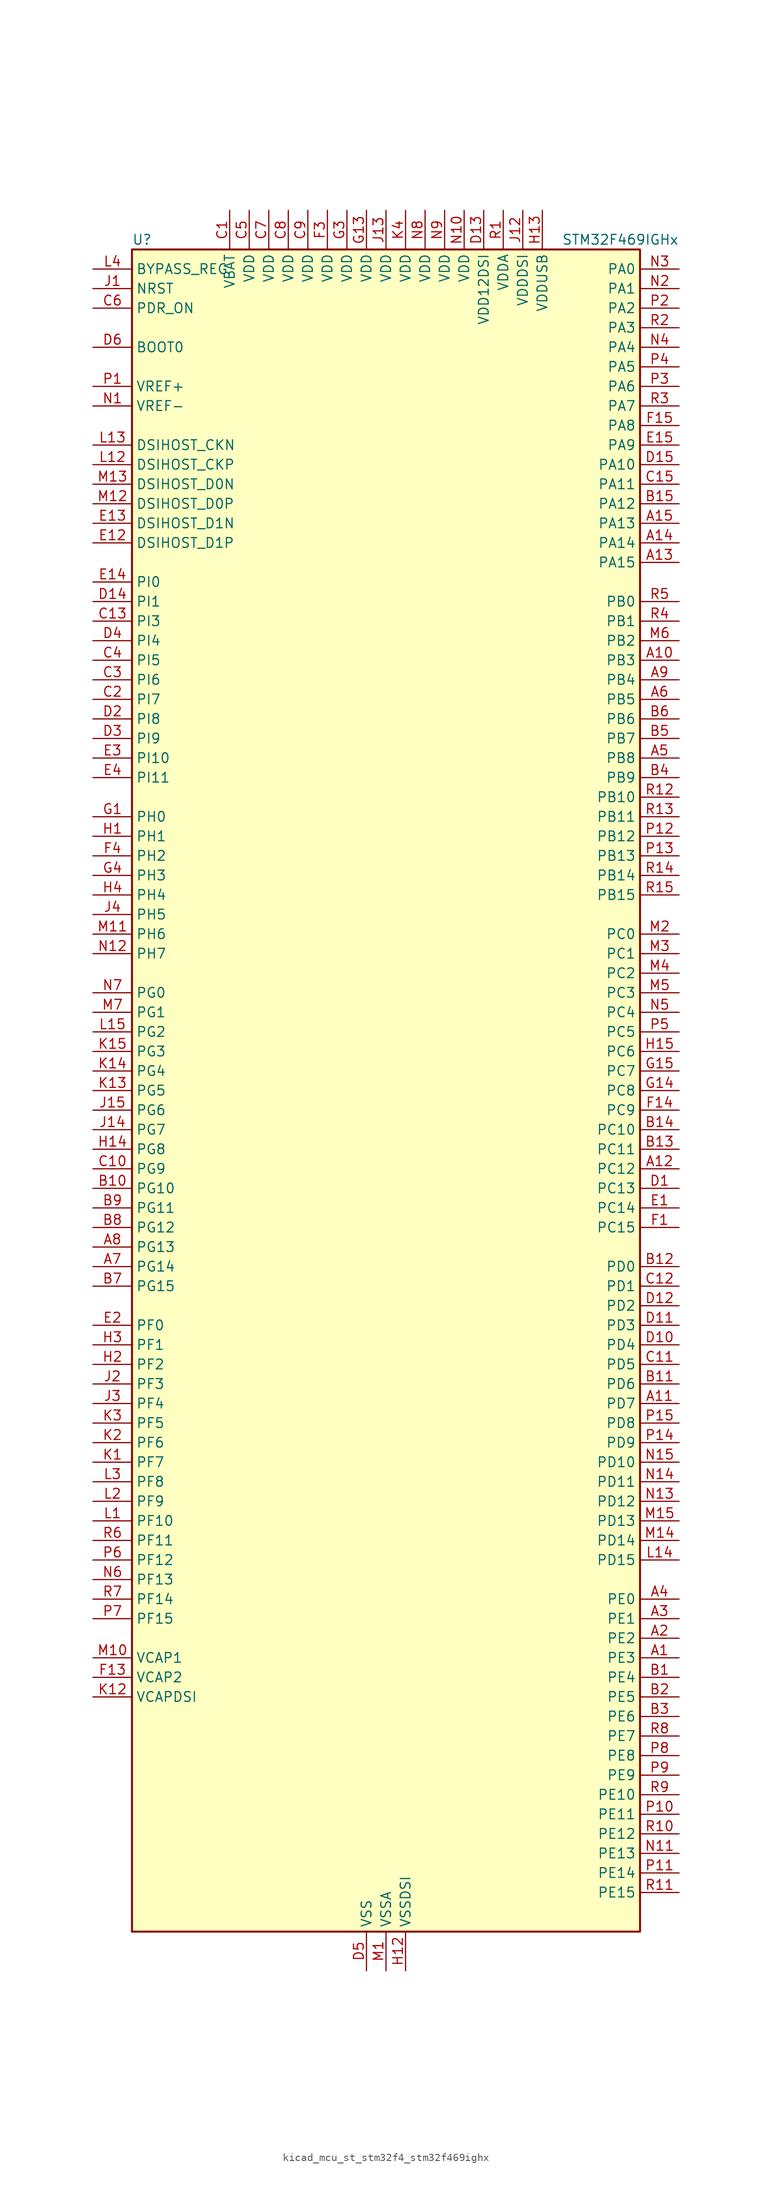
<source format=kicad_sym>
(kicad_symbol_lib
  (version 20220914)
  (generator kicad_symbol_editor)
  (symbol "kicad_mcu_st_stm32f4_stm32f469ighx"
    (property "Reference" "U"
      (at -33.02 110.49 0)
      (effects (font (size 1.27 1.27)) (justify left)))
    (property "Value" "STM32F469IGHx"
      (at 22.86 110.49 0)
      (effects (font (size 1.27 1.27)) (justify left)))
    (property "ki_locked" ""
      (at 0 0 0)
      (effects (font (size 1.27 1.27))))
    (symbol "kicad_mcu_st_stm32f4_stm32f469ighx_0_1"
      (rectangle (start -33.02 -109.22) (end 33.02 109.22) (stroke (width 0.254) (type default)) (fill (type background))))
    (symbol "kicad_mcu_st_stm32f4_stm32f469ighx_1_1"
      (pin bidirectional line (at 38.1 -73.66 180) (length 5.08) (name "PE3" (effects (font (size 1.27 1.27)))) (number "A1" (effects (font (size 1.27 1.27)))) (alternate "FMC_A19" bidirectional line) (alternate "SAI1_SD_B" bidirectional line) (alternate "SYS_TRACED0" bidirectional line))
      (pin bidirectional line (at 38.1 55.88 180) (length 5.08) (name "PB3" (effects (font (size 1.27 1.27)))) (number "A10" (effects (font (size 1.27 1.27)))) (alternate "I2S3_CK" bidirectional line) (alternate "SPI1_SCK" bidirectional line) (alternate "SPI3_SCK" bidirectional line) (alternate "SYS_JTDO-SWO" bidirectional line) (alternate "TIM2_CH2" bidirectional line))
      (pin bidirectional line (at 38.1 -40.64 180) (length 5.08) (name "PD7" (effects (font (size 1.27 1.27)))) (number "A11" (effects (font (size 1.27 1.27)))) (alternate "FMC_NE1" bidirectional line) (alternate "USART2_CK" bidirectional line))
      (pin bidirectional line (at 38.1 -10.16 180) (length 5.08) (name "PC12" (effects (font (size 1.27 1.27)))) (number "A12" (effects (font (size 1.27 1.27)))) (alternate "DCMI_D9" bidirectional line) (alternate "I2S3_SD" bidirectional line) (alternate "SDIO_CK" bidirectional line) (alternate "SPI3_MOSI" bidirectional line) (alternate "SYS_TRACED3" bidirectional line) (alternate "UART5_TX" bidirectional line) (alternate "USART3_CK" bidirectional line))
      (pin bidirectional line (at 38.1 68.58 180) (length 5.08) (name "PA15" (effects (font (size 1.27 1.27)))) (number "A13" (effects (font (size 1.27 1.27)))) (alternate "ADC1_EXTI15" bidirectional line) (alternate "ADC2_EXTI15" bidirectional line) (alternate "ADC3_EXTI15" bidirectional line) (alternate "I2S3_WS" bidirectional line) (alternate "SPI1_NSS" bidirectional line) (alternate "SPI3_NSS" bidirectional line) (alternate "SYS_JTDI" bidirectional line) (alternate "TIM2_CH1" bidirectional line) (alternate "TIM2_ETR" bidirectional line))
      (pin bidirectional line (at 38.1 71.12 180) (length 5.08) (name "PA14" (effects (font (size 1.27 1.27)))) (number "A14" (effects (font (size 1.27 1.27)))) (alternate "SYS_JTCK-SWCLK" bidirectional line))
      (pin bidirectional line (at 38.1 73.66 180) (length 5.08) (name "PA13" (effects (font (size 1.27 1.27)))) (number "A15" (effects (font (size 1.27 1.27)))) (alternate "SYS_JTMS-SWDIO" bidirectional line))
      (pin bidirectional line (at 38.1 -71.12 180) (length 5.08) (name "PE2" (effects (font (size 1.27 1.27)))) (number "A2" (effects (font (size 1.27 1.27)))) (alternate "ETH_TXD3" bidirectional line) (alternate "FMC_A23" bidirectional line) (alternate "QUADSPI_BK1_IO2" bidirectional line) (alternate "SAI1_MCLK_A" bidirectional line) (alternate "SPI4_SCK" bidirectional line) (alternate "SYS_TRACECLK" bidirectional line))
      (pin bidirectional line (at 38.1 -68.58 180) (length 5.08) (name "PE1" (effects (font (size 1.27 1.27)))) (number "A3" (effects (font (size 1.27 1.27)))) (alternate "DCMI_D3" bidirectional line) (alternate "FMC_NBL1" bidirectional line) (alternate "UART8_TX" bidirectional line))
      (pin bidirectional line (at 38.1 -66.04 180) (length 5.08) (name "PE0" (effects (font (size 1.27 1.27)))) (number "A4" (effects (font (size 1.27 1.27)))) (alternate "DCMI_D2" bidirectional line) (alternate "FMC_NBL0" bidirectional line) (alternate "TIM4_ETR" bidirectional line) (alternate "UART8_RX" bidirectional line))
      (pin bidirectional line (at 38.1 43.18 180) (length 5.08) (name "PB8" (effects (font (size 1.27 1.27)))) (number "A5" (effects (font (size 1.27 1.27)))) (alternate "CAN1_RX" bidirectional line) (alternate "DCMI_D6" bidirectional line) (alternate "ETH_TXD3" bidirectional line) (alternate "I2C1_SCL" bidirectional line) (alternate "LTDC_B6" bidirectional line) (alternate "SDIO_D4" bidirectional line) (alternate "TIM10_CH1" bidirectional line) (alternate "TIM4_CH3" bidirectional line))
      (pin bidirectional line (at 38.1 50.8 180) (length 5.08) (name "PB5" (effects (font (size 1.27 1.27)))) (number "A6" (effects (font (size 1.27 1.27)))) (alternate "CAN2_RX" bidirectional line) (alternate "DCMI_D10" bidirectional line) (alternate "ETH_PPS_OUT" bidirectional line) (alternate "FMC_SDCKE1" bidirectional line) (alternate "I2C1_SMBA" bidirectional line) (alternate "I2S3_SD" bidirectional line) (alternate "LTDC_G7" bidirectional line) (alternate "SPI1_MOSI" bidirectional line) (alternate "SPI3_MOSI" bidirectional line) (alternate "TIM3_CH2" bidirectional line) (alternate "USB_OTG_HS_ULPI_D7" bidirectional line))
      (pin bidirectional line (at -38.1 -22.86 0) (length 5.08) (name "PG14" (effects (font (size 1.27 1.27)))) (number "A7" (effects (font (size 1.27 1.27)))) (alternate "ETH_TXD1" bidirectional line) (alternate "FMC_A25" bidirectional line) (alternate "LTDC_B0" bidirectional line) (alternate "QUADSPI_BK2_IO3" bidirectional line) (alternate "SPI6_MOSI" bidirectional line) (alternate "SYS_TRACED1" bidirectional line) (alternate "USART6_TX" bidirectional line))
      (pin bidirectional line (at -38.1 -20.32 0) (length 5.08) (name "PG13" (effects (font (size 1.27 1.27)))) (number "A8" (effects (font (size 1.27 1.27)))) (alternate "ETH_TXD0" bidirectional line) (alternate "FMC_A24" bidirectional line) (alternate "LTDC_R0" bidirectional line) (alternate "SPI6_SCK" bidirectional line) (alternate "SYS_TRACED0" bidirectional line) (alternate "USART6_CTS" bidirectional line))
      (pin bidirectional line (at 38.1 53.34 180) (length 5.08) (name "PB4" (effects (font (size 1.27 1.27)))) (number "A9" (effects (font (size 1.27 1.27)))) (alternate "I2S3_ext_SD" bidirectional line) (alternate "SPI1_MISO" bidirectional line) (alternate "SPI3_MISO" bidirectional line) (alternate "SYS_JTRST" bidirectional line) (alternate "TIM3_CH1" bidirectional line))
      (pin bidirectional line (at 38.1 -76.2 180) (length 5.08) (name "PE4" (effects (font (size 1.27 1.27)))) (number "B1" (effects (font (size 1.27 1.27)))) (alternate "DCMI_D4" bidirectional line) (alternate "FMC_A20" bidirectional line) (alternate "LTDC_B0" bidirectional line) (alternate "SAI1_FS_A" bidirectional line) (alternate "SPI4_NSS" bidirectional line) (alternate "SYS_TRACED1" bidirectional line))
      (pin bidirectional line (at -38.1 -12.7 0) (length 5.08) (name "PG10" (effects (font (size 1.27 1.27)))) (number "B10" (effects (font (size 1.27 1.27)))) (alternate "DCMI_D2" bidirectional line) (alternate "FMC_NE3" bidirectional line) (alternate "LTDC_B2" bidirectional line) (alternate "LTDC_G3" bidirectional line))
      (pin bidirectional line (at 38.1 -38.1 180) (length 5.08) (name "PD6" (effects (font (size 1.27 1.27)))) (number "B11" (effects (font (size 1.27 1.27)))) (alternate "DCMI_D10" bidirectional line) (alternate "FMC_NWAIT" bidirectional line) (alternate "I2S3_SD" bidirectional line) (alternate "LTDC_B2" bidirectional line) (alternate "SAI1_SD_A" bidirectional line) (alternate "SPI3_MOSI" bidirectional line) (alternate "USART2_RX" bidirectional line))
      (pin bidirectional line (at 38.1 -22.86 180) (length 5.08) (name "PD0" (effects (font (size 1.27 1.27)))) (number "B12" (effects (font (size 1.27 1.27)))) (alternate "CAN1_RX" bidirectional line) (alternate "FMC_D2" bidirectional line) (alternate "FMC_DA2" bidirectional line))
      (pin bidirectional line (at 38.1 -7.62 180) (length 5.08) (name "PC11" (effects (font (size 1.27 1.27)))) (number "B13" (effects (font (size 1.27 1.27)))) (alternate "ADC1_EXTI11" bidirectional line) (alternate "ADC2_EXTI11" bidirectional line) (alternate "ADC3_EXTI11" bidirectional line) (alternate "DCMI_D4" bidirectional line) (alternate "I2S3_ext_SD" bidirectional line) (alternate "QUADSPI_BK2_NCS" bidirectional line) (alternate "SDIO_D3" bidirectional line) (alternate "SPI3_MISO" bidirectional line) (alternate "UART4_RX" bidirectional line) (alternate "USART3_RX" bidirectional line))
      (pin bidirectional line (at 38.1 -5.08 180) (length 5.08) (name "PC10" (effects (font (size 1.27 1.27)))) (number "B14" (effects (font (size 1.27 1.27)))) (alternate "DCMI_D8" bidirectional line) (alternate "I2S3_CK" bidirectional line) (alternate "LTDC_R2" bidirectional line) (alternate "QUADSPI_BK1_IO1" bidirectional line) (alternate "SDIO_D2" bidirectional line) (alternate "SPI3_SCK" bidirectional line) (alternate "UART4_TX" bidirectional line) (alternate "USART3_TX" bidirectional line))
      (pin bidirectional line (at 38.1 76.2 180) (length 5.08) (name "PA12" (effects (font (size 1.27 1.27)))) (number "B15" (effects (font (size 1.27 1.27)))) (alternate "CAN1_TX" bidirectional line) (alternate "LTDC_R5" bidirectional line) (alternate "TIM1_ETR" bidirectional line) (alternate "USART1_RTS" bidirectional line) (alternate "USB_OTG_FS_DP" bidirectional line))
      (pin bidirectional line (at 38.1 -78.74 180) (length 5.08) (name "PE5" (effects (font (size 1.27 1.27)))) (number "B2" (effects (font (size 1.27 1.27)))) (alternate "DCMI_D6" bidirectional line) (alternate "FMC_A21" bidirectional line) (alternate "LTDC_G0" bidirectional line) (alternate "SAI1_SCK_A" bidirectional line) (alternate "SPI4_MISO" bidirectional line) (alternate "SYS_TRACED2" bidirectional line) (alternate "TIM9_CH1" bidirectional line))
      (pin bidirectional line (at 38.1 -81.28 180) (length 5.08) (name "PE6" (effects (font (size 1.27 1.27)))) (number "B3" (effects (font (size 1.27 1.27)))) (alternate "DCMI_D7" bidirectional line) (alternate "FMC_A22" bidirectional line) (alternate "LTDC_G1" bidirectional line) (alternate "SAI1_SD_A" bidirectional line) (alternate "SPI4_MOSI" bidirectional line) (alternate "SYS_TRACED3" bidirectional line) (alternate "TIM9_CH2" bidirectional line))
      (pin bidirectional line (at 38.1 40.64 180) (length 5.08) (name "PB9" (effects (font (size 1.27 1.27)))) (number "B4" (effects (font (size 1.27 1.27)))) (alternate "CAN1_TX" bidirectional line) (alternate "DAC_EXTI9" bidirectional line) (alternate "DCMI_D7" bidirectional line) (alternate "I2C1_SDA" bidirectional line) (alternate "I2S2_WS" bidirectional line) (alternate "LTDC_B7" bidirectional line) (alternate "SDIO_D5" bidirectional line) (alternate "SPI2_NSS" bidirectional line) (alternate "TIM11_CH1" bidirectional line) (alternate "TIM4_CH4" bidirectional line))
      (pin bidirectional line (at 38.1 45.72 180) (length 5.08) (name "PB7" (effects (font (size 1.27 1.27)))) (number "B5" (effects (font (size 1.27 1.27)))) (alternate "DCMI_VSYNC" bidirectional line) (alternate "FMC_NL" bidirectional line) (alternate "I2C1_SDA" bidirectional line) (alternate "TIM4_CH2" bidirectional line) (alternate "USART1_RX" bidirectional line))
      (pin bidirectional line (at 38.1 48.26 180) (length 5.08) (name "PB6" (effects (font (size 1.27 1.27)))) (number "B6" (effects (font (size 1.27 1.27)))) (alternate "CAN2_TX" bidirectional line) (alternate "DCMI_D5" bidirectional line) (alternate "FMC_SDNE1" bidirectional line) (alternate "I2C1_SCL" bidirectional line) (alternate "QUADSPI_BK1_NCS" bidirectional line) (alternate "TIM4_CH1" bidirectional line) (alternate "USART1_TX" bidirectional line))
      (pin bidirectional line (at -38.1 -25.4 0) (length 5.08) (name "PG15" (effects (font (size 1.27 1.27)))) (number "B7" (effects (font (size 1.27 1.27)))) (alternate "ADC1_EXTI15" bidirectional line) (alternate "ADC2_EXTI15" bidirectional line) (alternate "ADC3_EXTI15" bidirectional line) (alternate "DCMI_D13" bidirectional line) (alternate "FMC_SDNCAS" bidirectional line) (alternate "USART6_CTS" bidirectional line))
      (pin bidirectional line (at -38.1 -17.78 0) (length 5.08) (name "PG12" (effects (font (size 1.27 1.27)))) (number "B8" (effects (font (size 1.27 1.27)))) (alternate "FMC_NE4" bidirectional line) (alternate "LTDC_B1" bidirectional line) (alternate "LTDC_B4" bidirectional line) (alternate "SPI6_MISO" bidirectional line) (alternate "USART6_RTS" bidirectional line))
      (pin bidirectional line (at -38.1 -15.24 0) (length 5.08) (name "PG11" (effects (font (size 1.27 1.27)))) (number "B9" (effects (font (size 1.27 1.27)))) (alternate "ADC1_EXTI11" bidirectional line) (alternate "ADC2_EXTI11" bidirectional line) (alternate "ADC3_EXTI11" bidirectional line) (alternate "DCMI_D3" bidirectional line) (alternate "ETH_TX_EN" bidirectional line) (alternate "LTDC_B3" bidirectional line))
      (pin power_in line (at -20.32 114.3 270) (length 5.08) (name "VBAT" (effects (font (size 1.27 1.27)))) (number "C1" (effects (font (size 1.27 1.27)))))
      (pin bidirectional line (at -38.1 -10.16 0) (length 5.08) (name "PG9" (effects (font (size 1.27 1.27)))) (number "C10" (effects (font (size 1.27 1.27)))) (alternate "DAC_EXTI9" bidirectional line) (alternate "DCMI_VSYNC" bidirectional line) (alternate "FMC_NCE" bidirectional line) (alternate "FMC_NE2" bidirectional line) (alternate "QUADSPI_BK2_IO2" bidirectional line) (alternate "USART6_RX" bidirectional line))
      (pin bidirectional line (at 38.1 -35.56 180) (length 5.08) (name "PD5" (effects (font (size 1.27 1.27)))) (number "C11" (effects (font (size 1.27 1.27)))) (alternate "FMC_NWE" bidirectional line) (alternate "USART2_TX" bidirectional line))
      (pin bidirectional line (at 38.1 -25.4 180) (length 5.08) (name "PD1" (effects (font (size 1.27 1.27)))) (number "C12" (effects (font (size 1.27 1.27)))) (alternate "CAN1_TX" bidirectional line) (alternate "FMC_D3" bidirectional line) (alternate "FMC_DA3" bidirectional line))
      (pin bidirectional line (at -38.1 60.96 0) (length 5.08) (name "PI3" (effects (font (size 1.27 1.27)))) (number "C13" (effects (font (size 1.27 1.27)))) (alternate "DCMI_D10" bidirectional line) (alternate "FMC_D27" bidirectional line) (alternate "I2S2_SD" bidirectional line) (alternate "SPI2_MOSI" bidirectional line) (alternate "TIM8_ETR" bidirectional line))
      (pin no_connect line (at -33.02 -109.22 0) (length 5.08) hide (name "NC" (effects (font (size 1.27 1.27)))) (number "C14" (effects (font (size 1.27 1.27)))))
      (pin bidirectional line (at 38.1 78.74 180) (length 5.08) (name "PA11" (effects (font (size 1.27 1.27)))) (number "C15" (effects (font (size 1.27 1.27)))) (alternate "ADC1_EXTI11" bidirectional line) (alternate "ADC2_EXTI11" bidirectional line) (alternate "ADC3_EXTI11" bidirectional line) (alternate "CAN1_RX" bidirectional line) (alternate "LTDC_R4" bidirectional line) (alternate "TIM1_CH4" bidirectional line) (alternate "USART1_CTS" bidirectional line) (alternate "USB_OTG_FS_DM" bidirectional line))
      (pin bidirectional line (at -38.1 50.8 0) (length 5.08) (name "PI7" (effects (font (size 1.27 1.27)))) (number "C2" (effects (font (size 1.27 1.27)))) (alternate "DCMI_D7" bidirectional line) (alternate "FMC_D29" bidirectional line) (alternate "LTDC_B7" bidirectional line) (alternate "TIM8_CH3" bidirectional line))
      (pin bidirectional line (at -38.1 53.34 0) (length 5.08) (name "PI6" (effects (font (size 1.27 1.27)))) (number "C3" (effects (font (size 1.27 1.27)))) (alternate "DCMI_D6" bidirectional line) (alternate "FMC_D28" bidirectional line) (alternate "LTDC_B6" bidirectional line) (alternate "TIM8_CH2" bidirectional line))
      (pin bidirectional line (at -38.1 55.88 0) (length 5.08) (name "PI5" (effects (font (size 1.27 1.27)))) (number "C4" (effects (font (size 1.27 1.27)))) (alternate "DCMI_VSYNC" bidirectional line) (alternate "FMC_NBL3" bidirectional line) (alternate "LTDC_B5" bidirectional line) (alternate "TIM8_CH1" bidirectional line))
      (pin power_in line (at -17.78 114.3 270) (length 5.08) (name "VDD" (effects (font (size 1.27 1.27)))) (number "C5" (effects (font (size 1.27 1.27)))))
      (pin input line (at -38.1 101.6 0) (length 5.08) (name "PDR_ON" (effects (font (size 1.27 1.27)))) (number "C6" (effects (font (size 1.27 1.27)))))
      (pin power_in line (at -15.24 114.3 270) (length 5.08) (name "VDD" (effects (font (size 1.27 1.27)))) (number "C7" (effects (font (size 1.27 1.27)))))
      (pin power_in line (at -12.7 114.3 270) (length 5.08) (name "VDD" (effects (font (size 1.27 1.27)))) (number "C8" (effects (font (size 1.27 1.27)))))
      (pin power_in line (at -10.16 114.3 270) (length 5.08) (name "VDD" (effects (font (size 1.27 1.27)))) (number "C9" (effects (font (size 1.27 1.27)))))
      (pin bidirectional line (at 38.1 -12.7 180) (length 5.08) (name "PC13" (effects (font (size 1.27 1.27)))) (number "D1" (effects (font (size 1.27 1.27)))) (alternate "RTC_AF1" bidirectional line))
      (pin bidirectional line (at 38.1 -33.02 180) (length 5.08) (name "PD4" (effects (font (size 1.27 1.27)))) (number "D10" (effects (font (size 1.27 1.27)))) (alternate "FMC_NOE" bidirectional line) (alternate "USART2_RTS" bidirectional line))
      (pin bidirectional line (at 38.1 -30.48 180) (length 5.08) (name "PD3" (effects (font (size 1.27 1.27)))) (number "D11" (effects (font (size 1.27 1.27)))) (alternate "DCMI_D5" bidirectional line) (alternate "FMC_CLK" bidirectional line) (alternate "I2S2_CK" bidirectional line) (alternate "LTDC_G7" bidirectional line) (alternate "SPI2_SCK" bidirectional line) (alternate "USART2_CTS" bidirectional line))
      (pin bidirectional line (at 38.1 -27.94 180) (length 5.08) (name "PD2" (effects (font (size 1.27 1.27)))) (number "D12" (effects (font (size 1.27 1.27)))) (alternate "DCMI_D11" bidirectional line) (alternate "SDIO_CMD" bidirectional line) (alternate "SYS_TRACED2" bidirectional line) (alternate "TIM3_ETR" bidirectional line) (alternate "UART5_RX" bidirectional line))
      (pin power_in line (at 12.7 114.3 270) (length 5.08) (name "VDD12DSI" (effects (font (size 1.27 1.27)))) (number "D13" (effects (font (size 1.27 1.27)))))
      (pin bidirectional line (at -38.1 63.5 0) (length 5.08) (name "PI1" (effects (font (size 1.27 1.27)))) (number "D14" (effects (font (size 1.27 1.27)))) (alternate "DCMI_D8" bidirectional line) (alternate "FMC_D25" bidirectional line) (alternate "I2S2_CK" bidirectional line) (alternate "LTDC_G6" bidirectional line) (alternate "SPI2_SCK" bidirectional line))
      (pin bidirectional line (at 38.1 81.28 180) (length 5.08) (name "PA10" (effects (font (size 1.27 1.27)))) (number "D15" (effects (font (size 1.27 1.27)))) (alternate "DCMI_D1" bidirectional line) (alternate "TIM1_CH3" bidirectional line) (alternate "USART1_RX" bidirectional line) (alternate "USB_OTG_FS_ID" bidirectional line))
      (pin bidirectional line (at -38.1 48.26 0) (length 5.08) (name "PI8" (effects (font (size 1.27 1.27)))) (number "D2" (effects (font (size 1.27 1.27)))) (alternate "RTC_AF1" bidirectional line) (alternate "RTC_AF2" bidirectional line))
      (pin bidirectional line (at -38.1 45.72 0) (length 5.08) (name "PI9" (effects (font (size 1.27 1.27)))) (number "D3" (effects (font (size 1.27 1.27)))) (alternate "CAN1_RX" bidirectional line) (alternate "DAC_EXTI9" bidirectional line) (alternate "FMC_D30" bidirectional line) (alternate "LTDC_VSYNC" bidirectional line))
      (pin bidirectional line (at -38.1 58.42 0) (length 5.08) (name "PI4" (effects (font (size 1.27 1.27)))) (number "D4" (effects (font (size 1.27 1.27)))) (alternate "DCMI_D5" bidirectional line) (alternate "FMC_NBL2" bidirectional line) (alternate "LTDC_B4" bidirectional line) (alternate "TIM8_BKIN" bidirectional line))
      (pin power_in line (at -2.54 -114.3 90) (length 5.08) (name "VSS" (effects (font (size 1.27 1.27)))) (number "D5" (effects (font (size 1.27 1.27)))))
      (pin input line (at -38.1 96.52 0) (length 5.08) (name "BOOT0" (effects (font (size 1.27 1.27)))) (number "D6" (effects (font (size 1.27 1.27)))))
      (pin passive line (at -2.54 -114.3 90) (length 5.08) hide (name "VSS" (effects (font (size 1.27 1.27)))) (number "D7" (effects (font (size 1.27 1.27)))))
      (pin passive line (at -2.54 -114.3 90) (length 5.08) hide (name "VSS" (effects (font (size 1.27 1.27)))) (number "D8" (effects (font (size 1.27 1.27)))))
      (pin passive line (at -2.54 -114.3 90) (length 5.08) hide (name "VSS" (effects (font (size 1.27 1.27)))) (number "D9" (effects (font (size 1.27 1.27)))))
      (pin bidirectional line (at 38.1 -15.24 180) (length 5.08) (name "PC14" (effects (font (size 1.27 1.27)))) (number "E1" (effects (font (size 1.27 1.27)))) (alternate "RCC_OSC32_IN" bidirectional line))
      (pin bidirectional line (at -38.1 71.12 0) (length 5.08) (name "DSIHOST_D1P" (effects (font (size 1.27 1.27)))) (number "E12" (effects (font (size 1.27 1.27)))) (alternate "DSIHOST_D1P" bidirectional line))
      (pin bidirectional line (at -38.1 73.66 0) (length 5.08) (name "DSIHOST_D1N" (effects (font (size 1.27 1.27)))) (number "E13" (effects (font (size 1.27 1.27)))) (alternate "DSIHOST_D1N" bidirectional line))
      (pin bidirectional line (at -38.1 66.04 0) (length 5.08) (name "PI0" (effects (font (size 1.27 1.27)))) (number "E14" (effects (font (size 1.27 1.27)))) (alternate "DCMI_D13" bidirectional line) (alternate "FMC_D24" bidirectional line) (alternate "I2S2_WS" bidirectional line) (alternate "LTDC_G5" bidirectional line) (alternate "SPI2_NSS" bidirectional line) (alternate "TIM5_CH4" bidirectional line))
      (pin bidirectional line (at 38.1 83.82 180) (length 5.08) (name "PA9" (effects (font (size 1.27 1.27)))) (number "E15" (effects (font (size 1.27 1.27)))) (alternate "DAC_EXTI9" bidirectional line) (alternate "DCMI_D0" bidirectional line) (alternate "I2C3_SMBA" bidirectional line) (alternate "I2S2_CK" bidirectional line) (alternate "SPI2_SCK" bidirectional line) (alternate "TIM1_CH2" bidirectional line) (alternate "USART1_TX" bidirectional line) (alternate "USB_OTG_FS_VBUS" bidirectional line))
      (pin bidirectional line (at -38.1 -30.48 0) (length 5.08) (name "PF0" (effects (font (size 1.27 1.27)))) (number "E2" (effects (font (size 1.27 1.27)))) (alternate "FMC_A0" bidirectional line) (alternate "I2C2_SDA" bidirectional line))
      (pin bidirectional line (at -38.1 43.18 0) (length 5.08) (name "PI10" (effects (font (size 1.27 1.27)))) (number "E3" (effects (font (size 1.27 1.27)))) (alternate "ETH_RX_ER" bidirectional line) (alternate "FMC_D31" bidirectional line) (alternate "LTDC_HSYNC" bidirectional line))
      (pin bidirectional line (at -38.1 40.64 0) (length 5.08) (name "PI11" (effects (font (size 1.27 1.27)))) (number "E4" (effects (font (size 1.27 1.27)))) (alternate "ADC1_EXTI11" bidirectional line) (alternate "ADC2_EXTI11" bidirectional line) (alternate "ADC3_EXTI11" bidirectional line) (alternate "LTDC_G6" bidirectional line) (alternate "USB_OTG_HS_ULPI_DIR" bidirectional line))
      (pin bidirectional line (at 38.1 -17.78 180) (length 5.08) (name "PC15" (effects (font (size 1.27 1.27)))) (number "F1" (effects (font (size 1.27 1.27)))) (alternate "ADC1_EXTI15" bidirectional line) (alternate "ADC2_EXTI15" bidirectional line) (alternate "ADC3_EXTI15" bidirectional line) (alternate "RCC_OSC32_OUT" bidirectional line))
      (pin passive line (at -2.54 -114.3 90) (length 5.08) hide (name "VSS" (effects (font (size 1.27 1.27)))) (number "F10" (effects (font (size 1.27 1.27)))))
      (pin passive line (at -2.54 -114.3 90) (length 5.08) hide (name "VSS" (effects (font (size 1.27 1.27)))) (number "F12" (effects (font (size 1.27 1.27)))))
      (pin power_out line (at -38.1 -76.2 0) (length 5.08) (name "VCAP2" (effects (font (size 1.27 1.27)))) (number "F13" (effects (font (size 1.27 1.27)))))
      (pin bidirectional line (at 38.1 -2.54 180) (length 5.08) (name "PC9" (effects (font (size 1.27 1.27)))) (number "F14" (effects (font (size 1.27 1.27)))) (alternate "DAC_EXTI9" bidirectional line) (alternate "DCMI_D3" bidirectional line) (alternate "I2C3_SDA" bidirectional line) (alternate "I2S_CKIN" bidirectional line) (alternate "QUADSPI_BK1_IO0" bidirectional line) (alternate "RCC_MCO_2" bidirectional line) (alternate "SDIO_D1" bidirectional line) (alternate "TIM3_CH4" bidirectional line) (alternate "TIM8_CH4" bidirectional line))
      (pin bidirectional line (at 38.1 86.36 180) (length 5.08) (name "PA8" (effects (font (size 1.27 1.27)))) (number "F15" (effects (font (size 1.27 1.27)))) (alternate "I2C3_SCL" bidirectional line) (alternate "LTDC_R6" bidirectional line) (alternate "RCC_MCO_1" bidirectional line) (alternate "TIM1_CH1" bidirectional line) (alternate "USART1_CK" bidirectional line) (alternate "USB_OTG_FS_SOF" bidirectional line))
      (pin passive line (at -2.54 -114.3 90) (length 5.08) hide (name "VSS" (effects (font (size 1.27 1.27)))) (number "F2" (effects (font (size 1.27 1.27)))))
      (pin power_in line (at -7.62 114.3 270) (length 5.08) (name "VDD" (effects (font (size 1.27 1.27)))) (number "F3" (effects (font (size 1.27 1.27)))))
      (pin bidirectional line (at -38.1 30.48 0) (length 5.08) (name "PH2" (effects (font (size 1.27 1.27)))) (number "F4" (effects (font (size 1.27 1.27)))) (alternate "ETH_CRS" bidirectional line) (alternate "FMC_SDCKE0" bidirectional line) (alternate "LTDC_R0" bidirectional line) (alternate "QUADSPI_BK2_IO0" bidirectional line))
      (pin passive line (at -2.54 -114.3 90) (length 5.08) hide (name "VSS" (effects (font (size 1.27 1.27)))) (number "F6" (effects (font (size 1.27 1.27)))))
      (pin passive line (at -2.54 -114.3 90) (length 5.08) hide (name "VSS" (effects (font (size 1.27 1.27)))) (number "F7" (effects (font (size 1.27 1.27)))))
      (pin passive line (at -2.54 -114.3 90) (length 5.08) hide (name "VSS" (effects (font (size 1.27 1.27)))) (number "F8" (effects (font (size 1.27 1.27)))))
      (pin passive line (at -2.54 -114.3 90) (length 5.08) hide (name "VSS" (effects (font (size 1.27 1.27)))) (number "F9" (effects (font (size 1.27 1.27)))))
      (pin bidirectional line (at -38.1 35.56 0) (length 5.08) (name "PH0" (effects (font (size 1.27 1.27)))) (number "G1" (effects (font (size 1.27 1.27)))) (alternate "RCC_OSC_IN" bidirectional line))
      (pin passive line (at -2.54 -114.3 90) (length 5.08) hide (name "VSS" (effects (font (size 1.27 1.27)))) (number "G10" (effects (font (size 1.27 1.27)))))
      (pin passive line (at -2.54 -114.3 90) (length 5.08) hide (name "VSS" (effects (font (size 1.27 1.27)))) (number "G12" (effects (font (size 1.27 1.27)))))
      (pin power_in line (at -2.54 114.3 270) (length 5.08) (name "VDD" (effects (font (size 1.27 1.27)))) (number "G13" (effects (font (size 1.27 1.27)))))
      (pin bidirectional line (at 38.1 0 180) (length 5.08) (name "PC8" (effects (font (size 1.27 1.27)))) (number "G14" (effects (font (size 1.27 1.27)))) (alternate "DCMI_D2" bidirectional line) (alternate "SDIO_D0" bidirectional line) (alternate "SYS_TRACED1" bidirectional line) (alternate "TIM3_CH3" bidirectional line) (alternate "TIM8_CH3" bidirectional line) (alternate "USART6_CK" bidirectional line))
      (pin bidirectional line (at 38.1 2.54 180) (length 5.08) (name "PC7" (effects (font (size 1.27 1.27)))) (number "G15" (effects (font (size 1.27 1.27)))) (alternate "DCMI_D1" bidirectional line) (alternate "I2S3_MCK" bidirectional line) (alternate "LTDC_G6" bidirectional line) (alternate "SDIO_D7" bidirectional line) (alternate "TIM3_CH2" bidirectional line) (alternate "TIM8_CH2" bidirectional line) (alternate "USART6_RX" bidirectional line))
      (pin passive line (at -2.54 -114.3 90) (length 5.08) hide (name "VSS" (effects (font (size 1.27 1.27)))) (number "G2" (effects (font (size 1.27 1.27)))))
      (pin power_in line (at -5.08 114.3 270) (length 5.08) (name "VDD" (effects (font (size 1.27 1.27)))) (number "G3" (effects (font (size 1.27 1.27)))))
      (pin bidirectional line (at -38.1 27.94 0) (length 5.08) (name "PH3" (effects (font (size 1.27 1.27)))) (number "G4" (effects (font (size 1.27 1.27)))) (alternate "ETH_COL" bidirectional line) (alternate "FMC_SDNE0" bidirectional line) (alternate "LTDC_R1" bidirectional line) (alternate "QUADSPI_BK2_IO1" bidirectional line))
      (pin passive line (at -2.54 -114.3 90) (length 5.08) hide (name "VSS" (effects (font (size 1.27 1.27)))) (number "G6" (effects (font (size 1.27 1.27)))))
      (pin passive line (at -2.54 -114.3 90) (length 5.08) hide (name "VSS" (effects (font (size 1.27 1.27)))) (number "G7" (effects (font (size 1.27 1.27)))))
      (pin passive line (at -2.54 -114.3 90) (length 5.08) hide (name "VSS" (effects (font (size 1.27 1.27)))) (number "G8" (effects (font (size 1.27 1.27)))))
      (pin passive line (at -2.54 -114.3 90) (length 5.08) hide (name "VSS" (effects (font (size 1.27 1.27)))) (number "G9" (effects (font (size 1.27 1.27)))))
      (pin bidirectional line (at -38.1 33.02 0) (length 5.08) (name "PH1" (effects (font (size 1.27 1.27)))) (number "H1" (effects (font (size 1.27 1.27)))) (alternate "RCC_OSC_OUT" bidirectional line))
      (pin passive line (at -2.54 -114.3 90) (length 5.08) hide (name "VSS" (effects (font (size 1.27 1.27)))) (number "H10" (effects (font (size 1.27 1.27)))))
      (pin power_in line (at 2.54 -114.3 90) (length 5.08) (name "VSSDSI" (effects (font (size 1.27 1.27)))) (number "H12" (effects (font (size 1.27 1.27)))))
      (pin power_in line (at 20.32 114.3 270) (length 5.08) (name "VDDUSB" (effects (font (size 1.27 1.27)))) (number "H13" (effects (font (size 1.27 1.27)))))
      (pin bidirectional line (at -38.1 -7.62 0) (length 5.08) (name "PG8" (effects (font (size 1.27 1.27)))) (number "H14" (effects (font (size 1.27 1.27)))) (alternate "ETH_PPS_OUT" bidirectional line) (alternate "FMC_SDCLK" bidirectional line) (alternate "LTDC_G7" bidirectional line) (alternate "SPI6_NSS" bidirectional line) (alternate "USART6_RTS" bidirectional line))
      (pin bidirectional line (at 38.1 5.08 180) (length 5.08) (name "PC6" (effects (font (size 1.27 1.27)))) (number "H15" (effects (font (size 1.27 1.27)))) (alternate "DCMI_D0" bidirectional line) (alternate "I2S2_MCK" bidirectional line) (alternate "LTDC_HSYNC" bidirectional line) (alternate "SDIO_D6" bidirectional line) (alternate "TIM3_CH1" bidirectional line) (alternate "TIM8_CH1" bidirectional line) (alternate "USART6_TX" bidirectional line))
      (pin bidirectional line (at -38.1 -35.56 0) (length 5.08) (name "PF2" (effects (font (size 1.27 1.27)))) (number "H2" (effects (font (size 1.27 1.27)))) (alternate "FMC_A2" bidirectional line) (alternate "I2C2_SMBA" bidirectional line))
      (pin bidirectional line (at -38.1 -33.02 0) (length 5.08) (name "PF1" (effects (font (size 1.27 1.27)))) (number "H3" (effects (font (size 1.27 1.27)))) (alternate "FMC_A1" bidirectional line) (alternate "I2C2_SCL" bidirectional line))
      (pin bidirectional line (at -38.1 25.4 0) (length 5.08) (name "PH4" (effects (font (size 1.27 1.27)))) (number "H4" (effects (font (size 1.27 1.27)))) (alternate "I2C2_SCL" bidirectional line) (alternate "LTDC_G4" bidirectional line) (alternate "LTDC_G5" bidirectional line) (alternate "USB_OTG_HS_ULPI_NXT" bidirectional line))
      (pin passive line (at -2.54 -114.3 90) (length 5.08) hide (name "VSS" (effects (font (size 1.27 1.27)))) (number "H6" (effects (font (size 1.27 1.27)))))
      (pin passive line (at -2.54 -114.3 90) (length 5.08) hide (name "VSS" (effects (font (size 1.27 1.27)))) (number "H7" (effects (font (size 1.27 1.27)))))
      (pin passive line (at -2.54 -114.3 90) (length 5.08) hide (name "VSS" (effects (font (size 1.27 1.27)))) (number "H8" (effects (font (size 1.27 1.27)))))
      (pin passive line (at -2.54 -114.3 90) (length 5.08) hide (name "VSS" (effects (font (size 1.27 1.27)))) (number "H9" (effects (font (size 1.27 1.27)))))
      (pin input line (at -38.1 104.14 0) (length 5.08) (name "NRST" (effects (font (size 1.27 1.27)))) (number "J1" (effects (font (size 1.27 1.27)))))
      (pin passive line (at -2.54 -114.3 90) (length 5.08) hide (name "VSS" (effects (font (size 1.27 1.27)))) (number "J10" (effects (font (size 1.27 1.27)))))
      (pin power_in line (at 17.78 114.3 270) (length 5.08) (name "VDDDSI" (effects (font (size 1.27 1.27)))) (number "J12" (effects (font (size 1.27 1.27)))))
      (pin power_in line (at 0 114.3 270) (length 5.08) (name "VDD" (effects (font (size 1.27 1.27)))) (number "J13" (effects (font (size 1.27 1.27)))))
      (pin bidirectional line (at -38.1 -5.08 0) (length 5.08) (name "PG7" (effects (font (size 1.27 1.27)))) (number "J14" (effects (font (size 1.27 1.27)))) (alternate "DCMI_D13" bidirectional line) (alternate "FMC_INT" bidirectional line) (alternate "LTDC_CLK" bidirectional line) (alternate "SAI1_MCLK_A" bidirectional line) (alternate "USART6_CK" bidirectional line))
      (pin bidirectional line (at -38.1 -2.54 0) (length 5.08) (name "PG6" (effects (font (size 1.27 1.27)))) (number "J15" (effects (font (size 1.27 1.27)))) (alternate "DCMI_D12" bidirectional line) (alternate "LTDC_R7" bidirectional line))
      (pin bidirectional line (at -38.1 -38.1 0) (length 5.08) (name "PF3" (effects (font (size 1.27 1.27)))) (number "J2" (effects (font (size 1.27 1.27)))) (alternate "ADC3_IN9" bidirectional line) (alternate "FMC_A3" bidirectional line))
      (pin bidirectional line (at -38.1 -40.64 0) (length 5.08) (name "PF4" (effects (font (size 1.27 1.27)))) (number "J3" (effects (font (size 1.27 1.27)))) (alternate "ADC3_IN14" bidirectional line) (alternate "FMC_A4" bidirectional line))
      (pin bidirectional line (at -38.1 22.86 0) (length 5.08) (name "PH5" (effects (font (size 1.27 1.27)))) (number "J4" (effects (font (size 1.27 1.27)))) (alternate "FMC_SDNWE" bidirectional line) (alternate "I2C2_SDA" bidirectional line) (alternate "SPI5_NSS" bidirectional line))
      (pin passive line (at -2.54 -114.3 90) (length 5.08) hide (name "VSS" (effects (font (size 1.27 1.27)))) (number "J6" (effects (font (size 1.27 1.27)))))
      (pin passive line (at -2.54 -114.3 90) (length 5.08) hide (name "VSS" (effects (font (size 1.27 1.27)))) (number "J7" (effects (font (size 1.27 1.27)))))
      (pin passive line (at -2.54 -114.3 90) (length 5.08) hide (name "VSS" (effects (font (size 1.27 1.27)))) (number "J8" (effects (font (size 1.27 1.27)))))
      (pin passive line (at -2.54 -114.3 90) (length 5.08) hide (name "VSS" (effects (font (size 1.27 1.27)))) (number "J9" (effects (font (size 1.27 1.27)))))
      (pin bidirectional line (at -38.1 -48.26 0) (length 5.08) (name "PF7" (effects (font (size 1.27 1.27)))) (number "K1" (effects (font (size 1.27 1.27)))) (alternate "ADC3_IN5" bidirectional line) (alternate "QUADSPI_BK1_IO2" bidirectional line) (alternate "SAI1_MCLK_B" bidirectional line) (alternate "SPI5_SCK" bidirectional line) (alternate "TIM11_CH1" bidirectional line) (alternate "UART7_TX" bidirectional line))
      (pin passive line (at -2.54 -114.3 90) (length 5.08) hide (name "VSS" (effects (font (size 1.27 1.27)))) (number "K10" (effects (font (size 1.27 1.27)))))
      (pin power_out line (at -38.1 -78.74 0) (length 5.08) (name "VCAPDSI" (effects (font (size 1.27 1.27)))) (number "K12" (effects (font (size 1.27 1.27)))))
      (pin bidirectional line (at -38.1 0 0) (length 5.08) (name "PG5" (effects (font (size 1.27 1.27)))) (number "K13" (effects (font (size 1.27 1.27)))) (alternate "FMC_A15" bidirectional line) (alternate "FMC_BA1" bidirectional line))
      (pin bidirectional line (at -38.1 2.54 0) (length 5.08) (name "PG4" (effects (font (size 1.27 1.27)))) (number "K14" (effects (font (size 1.27 1.27)))) (alternate "FMC_A14" bidirectional line) (alternate "FMC_BA0" bidirectional line))
      (pin bidirectional line (at -38.1 5.08 0) (length 5.08) (name "PG3" (effects (font (size 1.27 1.27)))) (number "K15" (effects (font (size 1.27 1.27)))) (alternate "FMC_A13" bidirectional line))
      (pin bidirectional line (at -38.1 -45.72 0) (length 5.08) (name "PF6" (effects (font (size 1.27 1.27)))) (number "K2" (effects (font (size 1.27 1.27)))) (alternate "ADC3_IN4" bidirectional line) (alternate "QUADSPI_BK1_IO3" bidirectional line) (alternate "SAI1_SD_B" bidirectional line) (alternate "SPI5_NSS" bidirectional line) (alternate "TIM10_CH1" bidirectional line) (alternate "UART7_RX" bidirectional line))
      (pin bidirectional line (at -38.1 -43.18 0) (length 5.08) (name "PF5" (effects (font (size 1.27 1.27)))) (number "K3" (effects (font (size 1.27 1.27)))) (alternate "ADC3_IN15" bidirectional line) (alternate "FMC_A5" bidirectional line))
      (pin power_in line (at 2.54 114.3 270) (length 5.08) (name "VDD" (effects (font (size 1.27 1.27)))) (number "K4" (effects (font (size 1.27 1.27)))))
      (pin passive line (at -2.54 -114.3 90) (length 5.08) hide (name "VSS" (effects (font (size 1.27 1.27)))) (number "K6" (effects (font (size 1.27 1.27)))))
      (pin passive line (at -2.54 -114.3 90) (length 5.08) hide (name "VSS" (effects (font (size 1.27 1.27)))) (number "K7" (effects (font (size 1.27 1.27)))))
      (pin passive line (at -2.54 -114.3 90) (length 5.08) hide (name "VSS" (effects (font (size 1.27 1.27)))) (number "K8" (effects (font (size 1.27 1.27)))))
      (pin passive line (at -2.54 -114.3 90) (length 5.08) hide (name "VSS" (effects (font (size 1.27 1.27)))) (number "K9" (effects (font (size 1.27 1.27)))))
      (pin bidirectional line (at -38.1 -55.88 0) (length 5.08) (name "PF10" (effects (font (size 1.27 1.27)))) (number "L1" (effects (font (size 1.27 1.27)))) (alternate "ADC3_IN8" bidirectional line) (alternate "DCMI_D11" bidirectional line) (alternate "LTDC_DE" bidirectional line) (alternate "QUADSPI_CLK" bidirectional line))
      (pin bidirectional line (at -38.1 81.28 0) (length 5.08) (name "DSIHOST_CKP" (effects (font (size 1.27 1.27)))) (number "L12" (effects (font (size 1.27 1.27)))) (alternate "DSIHOST_CKP" bidirectional line))
      (pin bidirectional line (at -38.1 83.82 0) (length 5.08) (name "DSIHOST_CKN" (effects (font (size 1.27 1.27)))) (number "L13" (effects (font (size 1.27 1.27)))) (alternate "DSIHOST_CKN" bidirectional line))
      (pin bidirectional line (at 38.1 -60.96 180) (length 5.08) (name "PD15" (effects (font (size 1.27 1.27)))) (number "L14" (effects (font (size 1.27 1.27)))) (alternate "ADC1_EXTI15" bidirectional line) (alternate "ADC2_EXTI15" bidirectional line) (alternate "ADC3_EXTI15" bidirectional line) (alternate "FMC_D1" bidirectional line) (alternate "FMC_DA1" bidirectional line) (alternate "TIM4_CH4" bidirectional line))
      (pin bidirectional line (at -38.1 7.62 0) (length 5.08) (name "PG2" (effects (font (size 1.27 1.27)))) (number "L15" (effects (font (size 1.27 1.27)))) (alternate "FMC_A12" bidirectional line))
      (pin bidirectional line (at -38.1 -53.34 0) (length 5.08) (name "PF9" (effects (font (size 1.27 1.27)))) (number "L2" (effects (font (size 1.27 1.27)))) (alternate "ADC3_IN7" bidirectional line) (alternate "DAC_EXTI9" bidirectional line) (alternate "QUADSPI_BK1_IO1" bidirectional line) (alternate "SAI1_FS_B" bidirectional line) (alternate "SPI5_MOSI" bidirectional line) (alternate "TIM14_CH1" bidirectional line))
      (pin bidirectional line (at -38.1 -50.8 0) (length 5.08) (name "PF8" (effects (font (size 1.27 1.27)))) (number "L3" (effects (font (size 1.27 1.27)))) (alternate "ADC3_IN6" bidirectional line) (alternate "QUADSPI_BK1_IO0" bidirectional line) (alternate "SAI1_SCK_B" bidirectional line) (alternate "SPI5_MISO" bidirectional line) (alternate "TIM13_CH1" bidirectional line))
      (pin input line (at -38.1 106.68 0) (length 5.08) (name "BYPASS_REG" (effects (font (size 1.27 1.27)))) (number "L4" (effects (font (size 1.27 1.27)))))
      (pin power_in line (at 0 -114.3 90) (length 5.08) (name "VSSA" (effects (font (size 1.27 1.27)))) (number "M1" (effects (font (size 1.27 1.27)))))
      (pin power_out line (at -38.1 -73.66 0) (length 5.08) (name "VCAP1" (effects (font (size 1.27 1.27)))) (number "M10" (effects (font (size 1.27 1.27)))))
      (pin bidirectional line (at -38.1 20.32 0) (length 5.08) (name "PH6" (effects (font (size 1.27 1.27)))) (number "M11" (effects (font (size 1.27 1.27)))) (alternate "DCMI_D8" bidirectional line) (alternate "ETH_RXD2" bidirectional line) (alternate "FMC_SDNE1" bidirectional line) (alternate "I2C2_SMBA" bidirectional line) (alternate "SPI5_SCK" bidirectional line) (alternate "TIM12_CH1" bidirectional line))
      (pin bidirectional line (at -38.1 76.2 0) (length 5.08) (name "DSIHOST_D0P" (effects (font (size 1.27 1.27)))) (number "M12" (effects (font (size 1.27 1.27)))) (alternate "DSIHOST_D0P" bidirectional line))
      (pin bidirectional line (at -38.1 78.74 0) (length 5.08) (name "DSIHOST_D0N" (effects (font (size 1.27 1.27)))) (number "M13" (effects (font (size 1.27 1.27)))) (alternate "DSIHOST_D0N" bidirectional line))
      (pin bidirectional line (at 38.1 -58.42 180) (length 5.08) (name "PD14" (effects (font (size 1.27 1.27)))) (number "M14" (effects (font (size 1.27 1.27)))) (alternate "FMC_D0" bidirectional line) (alternate "FMC_DA0" bidirectional line) (alternate "TIM4_CH3" bidirectional line))
      (pin bidirectional line (at 38.1 -55.88 180) (length 5.08) (name "PD13" (effects (font (size 1.27 1.27)))) (number "M15" (effects (font (size 1.27 1.27)))) (alternate "FMC_A18" bidirectional line) (alternate "QUADSPI_BK1_IO3" bidirectional line) (alternate "TIM4_CH2" bidirectional line))
      (pin bidirectional line (at 38.1 20.32 180) (length 5.08) (name "PC0" (effects (font (size 1.27 1.27)))) (number "M2" (effects (font (size 1.27 1.27)))) (alternate "ADC1_IN10" bidirectional line) (alternate "ADC2_IN10" bidirectional line) (alternate "ADC3_IN10" bidirectional line) (alternate "FMC_SDNWE" bidirectional line) (alternate "LTDC_R5" bidirectional line) (alternate "USB_OTG_HS_ULPI_STP" bidirectional line))
      (pin bidirectional line (at 38.1 17.78 180) (length 5.08) (name "PC1" (effects (font (size 1.27 1.27)))) (number "M3" (effects (font (size 1.27 1.27)))) (alternate "ADC1_IN11" bidirectional line) (alternate "ADC2_IN11" bidirectional line) (alternate "ADC3_IN11" bidirectional line) (alternate "ETH_MDC" bidirectional line) (alternate "I2S2_SD" bidirectional line) (alternate "SAI1_SD_A" bidirectional line) (alternate "SPI2_MOSI" bidirectional line) (alternate "SYS_TRACED0" bidirectional line))
      (pin bidirectional line (at 38.1 15.24 180) (length 5.08) (name "PC2" (effects (font (size 1.27 1.27)))) (number "M4" (effects (font (size 1.27 1.27)))) (alternate "ADC1_IN12" bidirectional line) (alternate "ADC2_IN12" bidirectional line) (alternate "ADC3_IN12" bidirectional line) (alternate "ETH_TXD2" bidirectional line) (alternate "FMC_SDNE0" bidirectional line) (alternate "I2S2_ext_SD" bidirectional line) (alternate "SPI2_MISO" bidirectional line) (alternate "USB_OTG_HS_ULPI_DIR" bidirectional line))
      (pin bidirectional line (at 38.1 12.7 180) (length 5.08) (name "PC3" (effects (font (size 1.27 1.27)))) (number "M5" (effects (font (size 1.27 1.27)))) (alternate "ADC1_IN13" bidirectional line) (alternate "ADC2_IN13" bidirectional line) (alternate "ADC3_IN13" bidirectional line) (alternate "ETH_TX_CLK" bidirectional line) (alternate "FMC_SDCKE0" bidirectional line) (alternate "I2S2_SD" bidirectional line) (alternate "SPI2_MOSI" bidirectional line) (alternate "USB_OTG_HS_ULPI_NXT" bidirectional line))
      (pin bidirectional line (at 38.1 58.42 180) (length 5.08) (name "PB2" (effects (font (size 1.27 1.27)))) (number "M6" (effects (font (size 1.27 1.27)))))
      (pin bidirectional line (at -38.1 10.16 0) (length 5.08) (name "PG1" (effects (font (size 1.27 1.27)))) (number "M7" (effects (font (size 1.27 1.27)))) (alternate "FMC_A11" bidirectional line))
      (pin passive line (at -2.54 -114.3 90) (length 5.08) hide (name "VSS" (effects (font (size 1.27 1.27)))) (number "M8" (effects (font (size 1.27 1.27)))))
      (pin passive line (at -2.54 -114.3 90) (length 5.08) hide (name "VSS" (effects (font (size 1.27 1.27)))) (number "M9" (effects (font (size 1.27 1.27)))))
      (pin input line (at -38.1 88.9 0) (length 5.08) (name "VREF-" (effects (font (size 1.27 1.27)))) (number "N1" (effects (font (size 1.27 1.27)))))
      (pin power_in line (at 10.16 114.3 270) (length 5.08) (name "VDD" (effects (font (size 1.27 1.27)))) (number "N10" (effects (font (size 1.27 1.27)))))
      (pin bidirectional line (at 38.1 -99.06 180) (length 5.08) (name "PE13" (effects (font (size 1.27 1.27)))) (number "N11" (effects (font (size 1.27 1.27)))) (alternate "FMC_D10" bidirectional line) (alternate "FMC_DA10" bidirectional line) (alternate "LTDC_DE" bidirectional line) (alternate "SPI4_MISO" bidirectional line) (alternate "TIM1_CH3" bidirectional line))
      (pin bidirectional line (at -38.1 17.78 0) (length 5.08) (name "PH7" (effects (font (size 1.27 1.27)))) (number "N12" (effects (font (size 1.27 1.27)))) (alternate "DCMI_D9" bidirectional line) (alternate "ETH_RXD3" bidirectional line) (alternate "FMC_SDCKE1" bidirectional line) (alternate "I2C3_SCL" bidirectional line) (alternate "SPI5_MISO" bidirectional line))
      (pin bidirectional line (at 38.1 -53.34 180) (length 5.08) (name "PD12" (effects (font (size 1.27 1.27)))) (number "N13" (effects (font (size 1.27 1.27)))) (alternate "FMC_A17" bidirectional line) (alternate "FMC_ALE" bidirectional line) (alternate "QUADSPI_BK1_IO1" bidirectional line) (alternate "TIM4_CH1" bidirectional line) (alternate "USART3_RTS" bidirectional line))
      (pin bidirectional line (at 38.1 -50.8 180) (length 5.08) (name "PD11" (effects (font (size 1.27 1.27)))) (number "N14" (effects (font (size 1.27 1.27)))) (alternate "ADC1_EXTI11" bidirectional line) (alternate "ADC2_EXTI11" bidirectional line) (alternate "ADC3_EXTI11" bidirectional line) (alternate "FMC_A16" bidirectional line) (alternate "FMC_CLE" bidirectional line) (alternate "QUADSPI_BK1_IO0" bidirectional line) (alternate "USART3_CTS" bidirectional line))
      (pin bidirectional line (at 38.1 -48.26 180) (length 5.08) (name "PD10" (effects (font (size 1.27 1.27)))) (number "N15" (effects (font (size 1.27 1.27)))) (alternate "FMC_D15" bidirectional line) (alternate "FMC_DA15" bidirectional line) (alternate "LTDC_B3" bidirectional line) (alternate "USART3_CK" bidirectional line))
      (pin bidirectional line (at 38.1 104.14 180) (length 5.08) (name "PA1" (effects (font (size 1.27 1.27)))) (number "N2" (effects (font (size 1.27 1.27)))) (alternate "ADC1_IN1" bidirectional line) (alternate "ADC2_IN1" bidirectional line) (alternate "ADC3_IN1" bidirectional line) (alternate "ETH_REF_CLK" bidirectional line) (alternate "ETH_RX_CLK" bidirectional line) (alternate "LTDC_R2" bidirectional line) (alternate "QUADSPI_BK1_IO3" bidirectional line) (alternate "TIM2_CH2" bidirectional line) (alternate "TIM5_CH2" bidirectional line) (alternate "UART4_RX" bidirectional line) (alternate "USART2_RTS" bidirectional line))
      (pin bidirectional line (at 38.1 106.68 180) (length 5.08) (name "PA0" (effects (font (size 1.27 1.27)))) (number "N3" (effects (font (size 1.27 1.27)))) (alternate "ADC1_IN0" bidirectional line) (alternate "ADC2_IN0" bidirectional line) (alternate "ADC3_IN0" bidirectional line) (alternate "ETH_CRS" bidirectional line) (alternate "SYS_WKUP" bidirectional line) (alternate "TIM2_CH1" bidirectional line) (alternate "TIM2_ETR" bidirectional line) (alternate "TIM5_CH1" bidirectional line) (alternate "TIM8_ETR" bidirectional line) (alternate "UART4_TX" bidirectional line) (alternate "USART2_CTS" bidirectional line))
      (pin bidirectional line (at 38.1 96.52 180) (length 5.08) (name "PA4" (effects (font (size 1.27 1.27)))) (number "N4" (effects (font (size 1.27 1.27)))) (alternate "ADC1_IN4" bidirectional line) (alternate "ADC2_IN4" bidirectional line) (alternate "DAC_OUT1" bidirectional line) (alternate "DCMI_HSYNC" bidirectional line) (alternate "I2S3_WS" bidirectional line) (alternate "LTDC_VSYNC" bidirectional line) (alternate "SPI1_NSS" bidirectional line) (alternate "SPI3_NSS" bidirectional line) (alternate "USART2_CK" bidirectional line) (alternate "USB_OTG_HS_SOF" bidirectional line))
      (pin bidirectional line (at 38.1 10.16 180) (length 5.08) (name "PC4" (effects (font (size 1.27 1.27)))) (number "N5" (effects (font (size 1.27 1.27)))) (alternate "ADC1_IN14" bidirectional line) (alternate "ADC2_IN14" bidirectional line) (alternate "ETH_RXD0" bidirectional line) (alternate "FMC_SDNE0" bidirectional line))
      (pin bidirectional line (at -38.1 -63.5 0) (length 5.08) (name "PF13" (effects (font (size 1.27 1.27)))) (number "N6" (effects (font (size 1.27 1.27)))) (alternate "FMC_A7" bidirectional line))
      (pin bidirectional line (at -38.1 12.7 0) (length 5.08) (name "PG0" (effects (font (size 1.27 1.27)))) (number "N7" (effects (font (size 1.27 1.27)))) (alternate "FMC_A10" bidirectional line))
      (pin power_in line (at 5.08 114.3 270) (length 5.08) (name "VDD" (effects (font (size 1.27 1.27)))) (number "N8" (effects (font (size 1.27 1.27)))))
      (pin power_in line (at 7.62 114.3 270) (length 5.08) (name "VDD" (effects (font (size 1.27 1.27)))) (number "N9" (effects (font (size 1.27 1.27)))))
      (pin input line (at -38.1 91.44 0) (length 5.08) (name "VREF+" (effects (font (size 1.27 1.27)))) (number "P1" (effects (font (size 1.27 1.27)))))
      (pin bidirectional line (at 38.1 -93.98 180) (length 5.08) (name "PE11" (effects (font (size 1.27 1.27)))) (number "P10" (effects (font (size 1.27 1.27)))) (alternate "ADC1_EXTI11" bidirectional line) (alternate "ADC2_EXTI11" bidirectional line) (alternate "ADC3_EXTI11" bidirectional line) (alternate "FMC_D8" bidirectional line) (alternate "FMC_DA8" bidirectional line) (alternate "LTDC_G3" bidirectional line) (alternate "SPI4_NSS" bidirectional line) (alternate "TIM1_CH2" bidirectional line))
      (pin bidirectional line (at 38.1 -101.6 180) (length 5.08) (name "PE14" (effects (font (size 1.27 1.27)))) (number "P11" (effects (font (size 1.27 1.27)))) (alternate "FMC_D11" bidirectional line) (alternate "FMC_DA11" bidirectional line) (alternate "LTDC_CLK" bidirectional line) (alternate "SPI4_MOSI" bidirectional line) (alternate "TIM1_CH4" bidirectional line))
      (pin bidirectional line (at 38.1 33.02 180) (length 5.08) (name "PB12" (effects (font (size 1.27 1.27)))) (number "P12" (effects (font (size 1.27 1.27)))) (alternate "CAN2_RX" bidirectional line) (alternate "ETH_TXD0" bidirectional line) (alternate "I2C2_SMBA" bidirectional line) (alternate "I2S2_WS" bidirectional line) (alternate "SPI2_NSS" bidirectional line) (alternate "TIM1_BKIN" bidirectional line) (alternate "USART3_CK" bidirectional line) (alternate "USB_OTG_HS_ID" bidirectional line) (alternate "USB_OTG_HS_ULPI_D5" bidirectional line))
      (pin bidirectional line (at 38.1 30.48 180) (length 5.08) (name "PB13" (effects (font (size 1.27 1.27)))) (number "P13" (effects (font (size 1.27 1.27)))) (alternate "CAN2_TX" bidirectional line) (alternate "ETH_TXD1" bidirectional line) (alternate "I2S2_CK" bidirectional line) (alternate "SPI2_SCK" bidirectional line) (alternate "TIM1_CH1N" bidirectional line) (alternate "USART3_CTS" bidirectional line) (alternate "USB_OTG_HS_ULPI_D6" bidirectional line) (alternate "USB_OTG_HS_VBUS" bidirectional line))
      (pin bidirectional line (at 38.1 -45.72 180) (length 5.08) (name "PD9" (effects (font (size 1.27 1.27)))) (number "P14" (effects (font (size 1.27 1.27)))) (alternate "DAC_EXTI9" bidirectional line) (alternate "FMC_D14" bidirectional line) (alternate "FMC_DA14" bidirectional line) (alternate "USART3_RX" bidirectional line))
      (pin bidirectional line (at 38.1 -43.18 180) (length 5.08) (name "PD8" (effects (font (size 1.27 1.27)))) (number "P15" (effects (font (size 1.27 1.27)))) (alternate "FMC_D13" bidirectional line) (alternate "FMC_DA13" bidirectional line) (alternate "USART3_TX" bidirectional line))
      (pin bidirectional line (at 38.1 101.6 180) (length 5.08) (name "PA2" (effects (font (size 1.27 1.27)))) (number "P2" (effects (font (size 1.27 1.27)))) (alternate "ADC1_IN2" bidirectional line) (alternate "ADC2_IN2" bidirectional line) (alternate "ADC3_IN2" bidirectional line) (alternate "ETH_MDIO" bidirectional line) (alternate "LTDC_R1" bidirectional line) (alternate "TIM2_CH3" bidirectional line) (alternate "TIM5_CH3" bidirectional line) (alternate "TIM9_CH1" bidirectional line) (alternate "USART2_TX" bidirectional line))
      (pin bidirectional line (at 38.1 91.44 180) (length 5.08) (name "PA6" (effects (font (size 1.27 1.27)))) (number "P3" (effects (font (size 1.27 1.27)))) (alternate "ADC1_IN6" bidirectional line) (alternate "ADC2_IN6" bidirectional line) (alternate "DCMI_PIXCLK" bidirectional line) (alternate "LTDC_G2" bidirectional line) (alternate "SPI1_MISO" bidirectional line) (alternate "TIM13_CH1" bidirectional line) (alternate "TIM1_BKIN" bidirectional line) (alternate "TIM3_CH1" bidirectional line) (alternate "TIM8_BKIN" bidirectional line))
      (pin bidirectional line (at 38.1 93.98 180) (length 5.08) (name "PA5" (effects (font (size 1.27 1.27)))) (number "P4" (effects (font (size 1.27 1.27)))) (alternate "ADC1_IN5" bidirectional line) (alternate "ADC2_IN5" bidirectional line) (alternate "DAC_OUT2" bidirectional line) (alternate "LTDC_R4" bidirectional line) (alternate "SPI1_SCK" bidirectional line) (alternate "TIM2_CH1" bidirectional line) (alternate "TIM2_ETR" bidirectional line) (alternate "TIM8_CH1N" bidirectional line) (alternate "USB_OTG_HS_ULPI_CK" bidirectional line))
      (pin bidirectional line (at 38.1 7.62 180) (length 5.08) (name "PC5" (effects (font (size 1.27 1.27)))) (number "P5" (effects (font (size 1.27 1.27)))) (alternate "ADC1_IN15" bidirectional line) (alternate "ADC2_IN15" bidirectional line) (alternate "ETH_RXD1" bidirectional line) (alternate "FMC_SDCKE0" bidirectional line))
      (pin bidirectional line (at -38.1 -60.96 0) (length 5.08) (name "PF12" (effects (font (size 1.27 1.27)))) (number "P6" (effects (font (size 1.27 1.27)))) (alternate "FMC_A6" bidirectional line))
      (pin bidirectional line (at -38.1 -68.58 0) (length 5.08) (name "PF15" (effects (font (size 1.27 1.27)))) (number "P7" (effects (font (size 1.27 1.27)))) (alternate "ADC1_EXTI15" bidirectional line) (alternate "ADC2_EXTI15" bidirectional line) (alternate "ADC3_EXTI15" bidirectional line) (alternate "FMC_A9" bidirectional line))
      (pin bidirectional line (at 38.1 -86.36 180) (length 5.08) (name "PE8" (effects (font (size 1.27 1.27)))) (number "P8" (effects (font (size 1.27 1.27)))) (alternate "FMC_D5" bidirectional line) (alternate "FMC_DA5" bidirectional line) (alternate "QUADSPI_BK2_IO1" bidirectional line) (alternate "TIM1_CH1N" bidirectional line) (alternate "UART7_TX" bidirectional line))
      (pin bidirectional line (at 38.1 -88.9 180) (length 5.08) (name "PE9" (effects (font (size 1.27 1.27)))) (number "P9" (effects (font (size 1.27 1.27)))) (alternate "DAC_EXTI9" bidirectional line) (alternate "FMC_D6" bidirectional line) (alternate "FMC_DA6" bidirectional line) (alternate "QUADSPI_BK2_IO2" bidirectional line) (alternate "TIM1_CH1" bidirectional line))
      (pin power_in line (at 15.24 114.3 270) (length 5.08) (name "VDDA" (effects (font (size 1.27 1.27)))) (number "R1" (effects (font (size 1.27 1.27)))))
      (pin bidirectional line (at 38.1 -96.52 180) (length 5.08) (name "PE12" (effects (font (size 1.27 1.27)))) (number "R10" (effects (font (size 1.27 1.27)))) (alternate "FMC_D9" bidirectional line) (alternate "FMC_DA9" bidirectional line) (alternate "LTDC_B4" bidirectional line) (alternate "SPI4_SCK" bidirectional line) (alternate "TIM1_CH3N" bidirectional line))
      (pin bidirectional line (at 38.1 -104.14 180) (length 5.08) (name "PE15" (effects (font (size 1.27 1.27)))) (number "R11" (effects (font (size 1.27 1.27)))) (alternate "ADC1_EXTI15" bidirectional line) (alternate "ADC2_EXTI15" bidirectional line) (alternate "ADC3_EXTI15" bidirectional line) (alternate "FMC_D12" bidirectional line) (alternate "FMC_DA12" bidirectional line) (alternate "LTDC_R7" bidirectional line) (alternate "TIM1_BKIN" bidirectional line))
      (pin bidirectional line (at 38.1 38.1 180) (length 5.08) (name "PB10" (effects (font (size 1.27 1.27)))) (number "R12" (effects (font (size 1.27 1.27)))) (alternate "ETH_RX_ER" bidirectional line) (alternate "I2C2_SCL" bidirectional line) (alternate "I2S2_CK" bidirectional line) (alternate "LTDC_G4" bidirectional line) (alternate "QUADSPI_BK1_NCS" bidirectional line) (alternate "SPI2_SCK" bidirectional line) (alternate "TIM2_CH3" bidirectional line) (alternate "USART3_TX" bidirectional line) (alternate "USB_OTG_HS_ULPI_D3" bidirectional line))
      (pin bidirectional line (at 38.1 35.56 180) (length 5.08) (name "PB11" (effects (font (size 1.27 1.27)))) (number "R13" (effects (font (size 1.27 1.27)))) (alternate "ADC1_EXTI11" bidirectional line) (alternate "ADC2_EXTI11" bidirectional line) (alternate "ADC3_EXTI11" bidirectional line) (alternate "DSIHOST_TE" bidirectional line) (alternate "ETH_TX_EN" bidirectional line) (alternate "I2C2_SDA" bidirectional line) (alternate "LTDC_G5" bidirectional line) (alternate "TIM2_CH4" bidirectional line) (alternate "USART3_RX" bidirectional line) (alternate "USB_OTG_HS_ULPI_D4" bidirectional line))
      (pin bidirectional line (at 38.1 27.94 180) (length 5.08) (name "PB14" (effects (font (size 1.27 1.27)))) (number "R14" (effects (font (size 1.27 1.27)))) (alternate "I2S2_ext_SD" bidirectional line) (alternate "SPI2_MISO" bidirectional line) (alternate "TIM12_CH1" bidirectional line) (alternate "TIM1_CH2N" bidirectional line) (alternate "TIM8_CH2N" bidirectional line) (alternate "USART3_RTS" bidirectional line) (alternate "USB_OTG_HS_DM" bidirectional line))
      (pin bidirectional line (at 38.1 25.4 180) (length 5.08) (name "PB15" (effects (font (size 1.27 1.27)))) (number "R15" (effects (font (size 1.27 1.27)))) (alternate "ADC1_EXTI15" bidirectional line) (alternate "ADC2_EXTI15" bidirectional line) (alternate "ADC3_EXTI15" bidirectional line) (alternate "I2S2_SD" bidirectional line) (alternate "RTC_REFIN" bidirectional line) (alternate "SPI2_MOSI" bidirectional line) (alternate "TIM12_CH2" bidirectional line) (alternate "TIM1_CH3N" bidirectional line) (alternate "TIM8_CH3N" bidirectional line) (alternate "USB_OTG_HS_DP" bidirectional line))
      (pin bidirectional line (at 38.1 99.06 180) (length 5.08) (name "PA3" (effects (font (size 1.27 1.27)))) (number "R2" (effects (font (size 1.27 1.27)))) (alternate "ADC1_IN3" bidirectional line) (alternate "ADC2_IN3" bidirectional line) (alternate "ADC3_IN3" bidirectional line) (alternate "ETH_COL" bidirectional line) (alternate "LTDC_B2" bidirectional line) (alternate "LTDC_B5" bidirectional line) (alternate "TIM2_CH4" bidirectional line) (alternate "TIM5_CH4" bidirectional line) (alternate "TIM9_CH2" bidirectional line) (alternate "USART2_RX" bidirectional line) (alternate "USB_OTG_HS_ULPI_D0" bidirectional line))
      (pin bidirectional line (at 38.1 88.9 180) (length 5.08) (name "PA7" (effects (font (size 1.27 1.27)))) (number "R3" (effects (font (size 1.27 1.27)))) (alternate "ADC1_IN7" bidirectional line) (alternate "ADC2_IN7" bidirectional line) (alternate "ETH_CRS_DV" bidirectional line) (alternate "ETH_RX_DV" bidirectional line) (alternate "FMC_SDNWE" bidirectional line) (alternate "QUADSPI_CLK" bidirectional line) (alternate "SPI1_MOSI" bidirectional line) (alternate "TIM14_CH1" bidirectional line) (alternate "TIM1_CH1N" bidirectional line) (alternate "TIM3_CH2" bidirectional line) (alternate "TIM8_CH1N" bidirectional line))
      (pin bidirectional line (at 38.1 60.96 180) (length 5.08) (name "PB1" (effects (font (size 1.27 1.27)))) (number "R4" (effects (font (size 1.27 1.27)))) (alternate "ADC1_IN9" bidirectional line) (alternate "ADC2_IN9" bidirectional line) (alternate "ETH_RXD3" bidirectional line) (alternate "LTDC_G0" bidirectional line) (alternate "LTDC_R6" bidirectional line) (alternate "TIM1_CH3N" bidirectional line) (alternate "TIM3_CH4" bidirectional line) (alternate "TIM8_CH3N" bidirectional line) (alternate "USB_OTG_HS_ULPI_D2" bidirectional line))
      (pin bidirectional line (at 38.1 63.5 180) (length 5.08) (name "PB0" (effects (font (size 1.27 1.27)))) (number "R5" (effects (font (size 1.27 1.27)))) (alternate "ADC1_IN8" bidirectional line) (alternate "ADC2_IN8" bidirectional line) (alternate "ETH_RXD2" bidirectional line) (alternate "LTDC_G1" bidirectional line) (alternate "LTDC_R3" bidirectional line) (alternate "TIM1_CH2N" bidirectional line) (alternate "TIM3_CH3" bidirectional line) (alternate "TIM8_CH2N" bidirectional line) (alternate "USB_OTG_HS_ULPI_D1" bidirectional line))
      (pin bidirectional line (at -38.1 -58.42 0) (length 5.08) (name "PF11" (effects (font (size 1.27 1.27)))) (number "R6" (effects (font (size 1.27 1.27)))) (alternate "ADC1_EXTI11" bidirectional line) (alternate "ADC2_EXTI11" bidirectional line) (alternate "ADC3_EXTI11" bidirectional line) (alternate "DCMI_D12" bidirectional line) (alternate "FMC_SDNRAS" bidirectional line) (alternate "SPI5_MOSI" bidirectional line))
      (pin bidirectional line (at -38.1 -66.04 0) (length 5.08) (name "PF14" (effects (font (size 1.27 1.27)))) (number "R7" (effects (font (size 1.27 1.27)))) (alternate "FMC_A8" bidirectional line))
      (pin bidirectional line (at 38.1 -83.82 180) (length 5.08) (name "PE7" (effects (font (size 1.27 1.27)))) (number "R8" (effects (font (size 1.27 1.27)))) (alternate "FMC_D4" bidirectional line) (alternate "FMC_DA4" bidirectional line) (alternate "QUADSPI_BK2_IO0" bidirectional line) (alternate "TIM1_ETR" bidirectional line) (alternate "UART7_RX" bidirectional line))
      (pin bidirectional line (at 38.1 -91.44 180) (length 5.08) (name "PE10" (effects (font (size 1.27 1.27)))) (number "R9" (effects (font (size 1.27 1.27)))) (alternate "FMC_D7" bidirectional line) (alternate "FMC_DA7" bidirectional line) (alternate "QUADSPI_BK2_IO3" bidirectional line) (alternate "TIM1_CH2N" bidirectional line)))))
</source>
